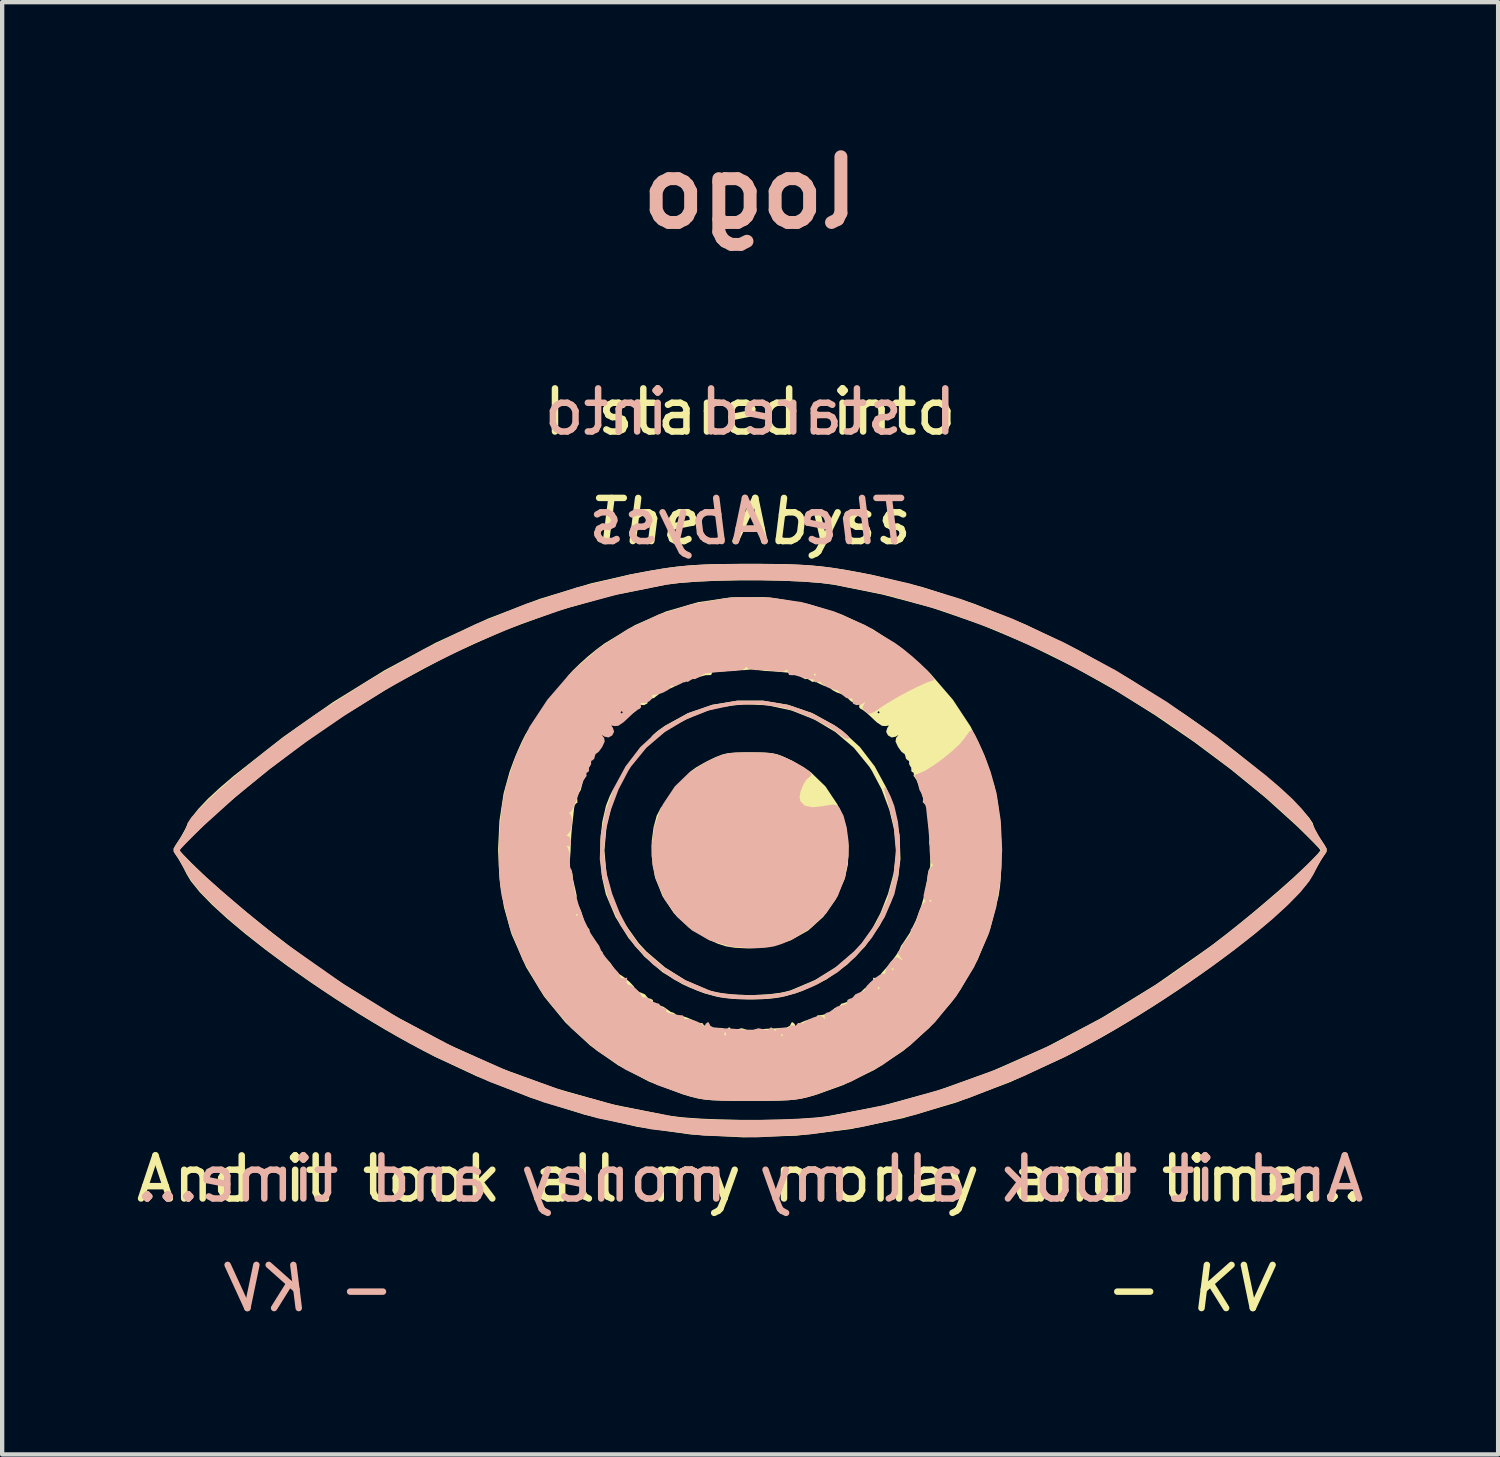
<source format=kicad_pcb>
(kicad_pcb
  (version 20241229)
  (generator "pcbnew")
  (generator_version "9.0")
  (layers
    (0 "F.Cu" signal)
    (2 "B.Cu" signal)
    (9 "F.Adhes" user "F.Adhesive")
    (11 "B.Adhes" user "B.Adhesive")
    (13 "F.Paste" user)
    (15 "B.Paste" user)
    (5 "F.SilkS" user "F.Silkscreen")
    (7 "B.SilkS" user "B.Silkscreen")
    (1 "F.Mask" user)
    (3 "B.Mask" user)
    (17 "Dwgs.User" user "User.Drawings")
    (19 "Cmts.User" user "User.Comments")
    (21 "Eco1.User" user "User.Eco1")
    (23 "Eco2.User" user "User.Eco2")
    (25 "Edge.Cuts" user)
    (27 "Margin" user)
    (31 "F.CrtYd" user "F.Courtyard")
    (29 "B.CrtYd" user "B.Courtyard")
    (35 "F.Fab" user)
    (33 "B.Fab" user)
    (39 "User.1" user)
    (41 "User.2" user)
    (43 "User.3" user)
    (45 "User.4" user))
  (footprint "logo"
    (layer "F.Cu")
    (at 14.339 16.658)
    (property "Reference" "logo" (at 0 -15.24 180) (layer "B.SilkS") (effects (font (size 1.524 1.524) (thickness 0.3)) (justify mirror)))
    (attr board_only exclude_from_pos_files exclude_from_bom)
    (fp_poly (pts (xy -2.281 -0.206) (xy -2.239 -0.526) (xy -2.166 -0.797) (xy -2.066 -0.991) (xy -2.064 -0.992) (xy -2.008 -1.043) (xy -1.926 -1.058) (xy -1.784 -1.038) (xy -1.71 -1.023) (xy -1.45 -0.994) (xy -1.267 -1.031) (xy -1.166 -1.133) (xy -1.147 -1.233) (xy -1.17 -1.361) (xy -1.227 -1.505) (xy -1.299 -1.628) (xy -1.366 -1.691) (xy -1.377 -1.693) (xy -1.416 -1.738) (xy -1.42 -1.772) (xy -1.374 -1.831) (xy -1.25 -1.92) (xy -1.07 -2.023) (xy -1 -2.059) (xy -0.806 -2.152) (xy -0.655 -2.212) (xy -0.513 -2.247) (xy -0.344 -2.262) (xy -0.113 -2.267) (xy 0 -2.267) (xy 0.263 -2.265) (xy 0.452 -2.254) (xy 0.601 -2.228) (xy 0.744 -2.179) (xy 0.916 -2.1) (xy 0.995 -2.061) (xy 1.408 -1.805) (xy 1.745 -1.479) (xy 2.017 -1.071) (xy 2.083 -0.94) (xy 2.221 -0.541) (xy 2.284 -0.104) (xy 2.267 0.333) (xy 2.192 0.668) (xy 1.982 1.145) (xy 1.697 1.545) (xy 1.345 1.863) (xy 0.933 2.095) (xy 0.467 2.235) (xy -0.045 2.278) (xy -0.101 2.276) (xy -0.358 2.262) (xy -0.555 2.231) (xy -0.741 2.172) (xy -0.965 2.072) (xy -0.991 2.06) (xy -1.417 1.797) (xy -1.767 1.463) (xy -2.032 1.066) (xy -2.207 0.618) (xy -2.284 0.134)) (stroke (width 0) (type solid)) (fill yes) (layer "F.SilkS"))
    (fp_poly (pts (xy -3.47 -0.23) (xy -3.428 -0.654) (xy -3.344 -1.02) (xy -3.329 -1.062) (xy -3.256 -1.249) (xy -3.186 -1.391) (xy -3.134 -1.459) (xy -3.13 -1.461) (xy -3.104 -1.431) (xy -3.13 -1.306) (xy -3.167 -1.19) (xy -3.324 -0.591) (xy -3.377 0.005) (xy -3.326 0.587) (xy -3.176 1.147) (xy -2.928 1.673) (xy -2.584 2.156) (xy -2.404 2.35) (xy -1.972 2.72) (xy -1.49 3.023) (xy -0.986 3.24) (xy -0.847 3.283) (xy -0.592 3.33) (xy -0.272 3.356) (xy 0.077 3.359) (xy 0.422 3.342) (xy 0.725 3.304) (xy 0.929 3.255) (xy 1.51 3.009) (xy 2.028 2.69) (xy 2.468 2.307) (xy 2.561 2.206) (xy 2.804 1.871) (xy 3.021 1.461) (xy 3.198 1.009) (xy 3.323 0.551) (xy 3.383 0.119) (xy 3.387 0) (xy 3.345 -0.449) (xy 3.229 -0.93) (xy 3.05 -1.408) (xy 2.818 -1.848) (xy 2.761 -1.937) (xy 2.405 -2.373) (xy 1.976 -2.739) (xy 1.489 -3.029) (xy 0.96 -3.238) (xy 0.404 -3.358) (xy -0.163 -3.384) (xy -0.727 -3.31) (xy -0.755 -3.304) (xy -1.024 -3.223) (xy -1.323 -3.105) (xy -1.617 -2.967) (xy -1.873 -2.825) (xy -2.043 -2.703) (xy -2.19 -2.595) (xy -2.273 -2.572) (xy -2.294 -2.617) (xy -2.252 -2.67) (xy -2.141 -2.763) (xy -1.984 -2.875) (xy -1.973 -2.882) (xy -1.441 -3.174) (xy -0.876 -3.369) (xy -0.292 -3.466) (xy 0.298 -3.466) (xy 0.88 -3.369) (xy 1.44 -3.177) (xy 1.965 -2.888) (xy 2.143 -2.761) (xy 2.547 -2.388) (xy 2.889 -1.941) (xy 3.161 -1.44) (xy 3.355 -0.902) (xy 3.466 -0.348) (xy 3.485 0.204) (xy 3.437 0.597) (xy 3.267 1.195) (xy 3.007 1.743) (xy 2.665 2.233) (xy 2.248 2.655) (xy 1.765 3) (xy 1.224 3.258) (xy 1.077 3.309) (xy 0.817 3.385) (xy 0.578 3.43) (xy 0.314 3.453) (xy 0.055 3.46) (xy -0.364 3.45) (xy -0.72 3.407) (xy -1.053 3.32) (xy -1.407 3.182) (xy -1.572 3.106) (xy -2.03 2.831) (xy -2.451 2.468) (xy -2.821 2.034) (xy -3.122 1.549) (xy -3.341 1.031) (xy -3.347 1.011) (xy -3.431 0.64) (xy -3.471 0.214)) (stroke (width 0) (type solid)) (fill yes) (layer "F.SilkS"))
    (fp_poly (pts (xy -13.307 -0.132) (xy -13.291 -0.155) (xy -13.202 -0.294) (xy -13.102 -0.475) (xy -13.065 -0.551) (xy -12.951 -0.748) (xy -12.79 -0.957) (xy -12.57 -1.19) (xy -12.279 -1.458) (xy -11.963 -1.728) (xy -10.826 -2.622) (xy -9.662 -3.437) (xy -8.477 -4.168) (xy -7.28 -4.812) (xy -6.079 -5.366) (xy -4.881 -5.824) (xy -3.694 -6.183) (xy -2.792 -6.389) (xy -2.381 -6.467) (xy -2.028 -6.527) (xy -1.708 -6.571) (xy -1.394 -6.602) (xy -1.06 -6.622) (xy -0.681 -6.632) (xy -0.231 -6.636) (xy 0 -6.637) (xy 0.499 -6.635) (xy 0.915 -6.627) (xy 1.273 -6.61) (xy 1.599 -6.584) (xy 1.918 -6.544) (xy 2.257 -6.489) (xy 2.64 -6.417) (xy 2.813 -6.383) (xy 4.003 -6.095) (xy 5.193 -5.711) (xy 6.386 -5.229) (xy 7.589 -4.646) (xy 8.805 -3.962) (xy 10.039 -3.172) (xy 10.104 -3.129) (xy 10.484 -2.862) (xy 10.872 -2.576) (xy 11.258 -2.278) (xy 11.632 -1.979) (xy 11.983 -1.686) (xy 12.301 -1.408) (xy 12.576 -1.155) (xy 12.798 -0.934) (xy 12.957 -0.755) (xy 13.043 -0.626) (xy 13.055 -0.581) (xy 13.084 -0.497) (xy 13.158 -0.361) (xy 13.218 -0.268) (xy 13.318 -0.118) (xy 13.365 -0.028) (xy 13.364 0.035) (xy 13.322 0.102) (xy 13.295 0.137) (xy 13.224 0.244) (xy 13.13 0.409) (xy 13.056 0.548) (xy 12.902 0.783) (xy 12.66 1.061) (xy 12.341 1.375) (xy 11.955 1.717) (xy 11.511 2.082) (xy 11.019 2.461) (xy 10.488 2.847) (xy 9.929 3.234) (xy 9.351 3.613) (xy 8.764 3.978) (xy 8.178 4.322) (xy 7.603 4.636) (xy 7.292 4.796) (xy 6.03 5.376) (xy 4.78 5.849) (xy 3.54 6.214) (xy 2.308 6.47) (xy 1.08 6.619) (xy 0.244 6.646) (xy 0.244 6.255) (xy 0.718 6.247) (xy 1.151 6.231) (xy 1.517 6.205) (xy 1.721 6.181) (xy 3.019 5.936) (xy 4.308 5.586) (xy 5.589 5.13) (xy 6.864 4.568) (xy 8.133 3.898) (xy 9.399 3.121) (xy 10.663 2.235) (xy 10.734 2.183) (xy 11.024 1.96) (xy 11.335 1.712) (xy 11.656 1.449) (xy 11.974 1.18) (xy 12.28 0.917) (xy 12.561 0.668) (xy 12.806 0.443) (xy 13.004 0.254) (xy 13.144 0.108) (xy 13.213 0.017) (xy 13.219 -0.000356) (xy 13.182 -0.049) (xy 13.079 -0.158) (xy 12.925 -0.313) (xy 12.735 -0.5) (xy 12.661 -0.571) (xy 11.945 -1.218) (xy 11.146 -1.871) (xy 10.286 -2.513) (xy 9.39 -3.127) (xy 8.48 -3.697) (xy 7.58 -4.205) (xy 7.527 -4.233) (xy 6.409 -4.785) (xy 5.31 -5.245) (xy 4.205 -5.623) (xy 3.068 -5.926) (xy 1.939 -6.154) (xy 1.621 -6.195) (xy 1.218 -6.226) (xy 0.753 -6.246) (xy 0.252 -6.256) (xy -0.263 -6.256) (xy -0.768 -6.245) (xy -1.238 -6.224) (xy -1.649 -6.193) (xy -1.959 -6.154) (xy -3.219 -5.901) (xy -4.476 -5.543) (xy -5.732 -5.081) (xy -6.99 -4.513) (xy -8.251 -3.839) (xy -9.489 -3.076) (xy -10.024 -2.712) (xy -10.581 -2.309) (xy -11.138 -1.883) (xy -11.674 -1.452) (xy -12.171 -1.031) (xy -12.606 -0.637) (xy -12.862 -0.387) (xy -13.243 -0.000405) (xy -12.944 0.305) (xy -12.598 0.641) (xy -12.178 1.017) (xy -11.702 1.419) (xy -11.19 1.832) (xy -10.66 2.24) (xy -10.132 2.628) (xy -9.624 2.98) (xy -9.593 3.001) (xy -8.329 3.792) (xy -7.062 4.475) (xy -5.79 5.051) (xy -4.509 5.521) (xy -3.217 5.888) (xy -1.909 6.152) (xy -1.877 6.157) (xy -1.57 6.194) (xy -1.179 6.222) (xy -0.73 6.242) (xy -0.247 6.253) (xy 0.244 6.255) (xy 0.244 6.646) (xy -0.146 6.659) (xy -1.373 6.592) (xy -2.603 6.416) (xy -3.839 6.132) (xy -5.084 5.741) (xy -6.34 5.241) (xy -7.326 4.778) (xy -7.884 4.485) (xy -8.458 4.162) (xy -9.038 3.813) (xy -9.615 3.446) (xy -10.179 3.069) (xy -10.721 2.688) (xy -11.231 2.31) (xy -11.699 1.943) (xy -12.116 1.593) (xy -12.472 1.267) (xy -12.758 0.974) (xy -12.964 0.719) (xy -13.06 0.559) (xy -13.155 0.373) (xy -13.252 0.203) (xy -13.289 0.146) (xy -13.358 0.037) (xy -13.364 -0.038)) (stroke (width 0) (type solid)) (fill yes) (layer "F.SilkS"))
    (fp_poly (pts (xy -5.812 -0.675) (xy -5.715 -1.314) (xy -5.576 -1.817) (xy -5.486 -2.062) (xy -5.389 -2.301) (xy -5.294 -2.513) (xy -5.212 -2.677) (xy -5.152 -2.772) (xy -5.132 -2.786) (xy -5.079 -2.744) (xy -4.999 -2.639) (xy -4.974 -2.599) (xy -4.865 -2.466) (xy -4.693 -2.305) (xy -4.486 -2.134) (xy -4.271 -1.977) (xy -4.075 -1.853) (xy -3.924 -1.782) (xy -3.908 -1.778) (xy -3.806 -1.74) (xy -3.812 -1.7) (xy -3.816 -1.698) (xy -3.872 -1.615) (xy -3.893 -1.525) (xy -3.927 -1.392) (xy -3.97 -1.323) (xy -4.013 -1.223) (xy -4.007 -1.173) (xy -4.003 -1.103) (xy -4.023 -1.092) (xy -4.064 -1.046) (xy -4.081 -0.97) (xy -4.094 -0.843) (xy -4.114 -0.662) (xy -4.125 -0.574) (xy -4.145 -0.352) (xy -4.159 -0.1) (xy -4.162 0.014) (xy -4.175 0.198) (xy -4.204 0.307) (xy -4.228 0.329) (xy -4.242 0.351) (xy -4.206 0.381) (xy -4.139 0.473) (xy -4.12 0.558) (xy -4.102 0.692) (xy -4.062 0.864) (xy -4.053 0.899) (xy -4.019 1.062) (xy -4.039 1.143) (xy -4.048 1.151) (xy -4.067 1.194) (xy -4.031 1.215) (xy -3.977 1.281) (xy -3.917 1.418) (xy -3.885 1.523) (xy -3.836 1.68) (xy -3.786 1.781) (xy -3.759 1.803) (xy -3.723 1.842) (xy -3.728 1.87) (xy -3.709 1.952) (xy -3.634 2.062) (xy -3.623 2.074) (xy -3.536 2.186) (xy -3.496 2.275) (xy -3.496 2.28) (xy -3.457 2.344) (xy -3.433 2.349) (xy -3.418 2.383) (xy -3.471 2.467) (xy -3.474 2.471) (xy -3.536 2.547) (xy -3.525 2.551) (xy -3.481 2.518) (xy -3.409 2.479) (xy -3.341 2.505) (xy -3.249 2.601) (xy -3.167 2.719) (xy -3.136 2.811) (xy -3.138 2.824) (xy -3.124 2.867) (xy -3.091 2.862) (xy -3.019 2.882) (xy -2.909 2.956) (xy -2.791 3.057) (xy -2.698 3.156) (xy -2.662 3.227) (xy -2.663 3.231) (xy -2.625 3.269) (xy -2.538 3.3) (xy -2.437 3.344) (xy -2.403 3.388) (xy -2.359 3.434) (xy -2.316 3.441) (xy -2.253 3.474) (xy -2.254 3.51) (xy -2.231 3.566) (xy -2.153 3.586) (xy -2.011 3.629) (xy -1.937 3.681) (xy -1.835 3.752) (xy -1.773 3.769) (xy -1.721 3.808) (xy -1.728 3.865) (xy -1.74 3.924) (xy -1.706 3.887) (xy -1.705 3.886) (xy -1.652 3.843) (xy -1.564 3.848) (xy -1.454 3.883) (xy -1.328 3.939) (xy -1.26 3.988) (xy -1.256 3.997) (xy -1.216 4.017) (xy -1.174 4.007) (xy -1.104 4.009) (xy -1.092 4.035) (xy -1.053 4.07) (xy -1.011 4.062) (xy -0.94 4.061) (xy -0.929 4.084) (xy -0.882 4.116) (xy -0.769 4.118) (xy -0.765 4.118) (xy -0.639 4.123) (xy -0.6 4.166) (xy -0.579 4.193) (xy -0.541 4.151) (xy -0.485 4.103) (xy -0.457 4.135) (xy -0.396 4.173) (xy -0.299 4.151) (xy -0.191 4.128) (xy -0.141 4.145) (xy -0.075 4.165) (xy 0.061 4.167) (xy 0.148 4.16) (xy 0.377 4.141) (xy 0.617 4.129) (xy 0.669 4.128) (xy 0.847 4.112) (xy 0.925 4.07) (xy 0.929 4.056) (xy 0.963 3.992) (xy 0.983 3.988) (xy 1.035 4.031) (xy 1.039 4.056) (xy 1.055 4.092) (xy 1.08 4.065) (xy 1.155 4.007) (xy 1.278 3.953) (xy 1.405 3.916) (xy 1.489 3.914) (xy 1.498 3.919) (xy 1.527 3.909) (xy 1.529 3.887) (xy 1.557 3.832) (xy 1.57 3.83) (xy 1.652 3.823) (xy 1.888 3.776) (xy 1.944 3.743) (xy 1.939 3.714) (xy 1.952 3.668) (xy 1.991 3.66) (xy 2.065 3.631) (xy 2.076 3.605) (xy 2.12 3.556) (xy 2.154 3.551) (xy 2.253 3.515) (xy 2.317 3.465) (xy 2.406 3.411) (xy 2.458 3.414) (xy 2.508 3.407) (xy 2.513 3.385) (xy 2.554 3.304) (xy 2.651 3.208) (xy 2.762 3.135) (xy 2.825 3.115) (xy 2.866 3.074) (xy 2.857 3.022) (xy 2.85 2.957) (xy 2.913 2.966) (xy 2.989 2.97) (xy 3.004 2.944) (xy 3.039 2.86) (xy 3.073 2.819) (xy 3.176 2.705) (xy 3.289 2.565) (xy 3.39 2.428) (xy 3.455 2.325) (xy 3.469 2.291) (xy 3.5 2.215) (xy 3.551 2.146) (xy 3.698 1.924) (xy 3.842 1.63) (xy 3.967 1.298) (xy 4.06 0.967) (xy 4.108 0.67) (xy 4.109 0.657) (xy 4.125 0.52) (xy 4.148 0.443) (xy 4.155 0.437) (xy 4.173 0.389) (xy 4.177 0.269) (xy 4.175 0.232) (xy 4.184 0.076) (xy 4.219 -0.04) (xy 4.226 -0.051) (xy 4.26 -0.105) (xy 4.22 -0.089) (xy 4.167 -0.092) (xy 4.151 -0.188) (xy 4.174 -0.292) (xy 4.22 -0.329) (xy 4.259 -0.341) (xy 4.218 -0.374) (xy 4.16 -0.458) (xy 4.127 -0.593) (xy 4.125 -0.731) (xy 4.158 -0.823) (xy 4.168 -0.83) (xy 4.201 -0.867) (xy 4.171 -0.873) (xy 4.128 -0.922) (xy 4.066 -1.051) (xy 3.999 -1.234) (xy 3.984 -1.284) (xy 3.919 -1.476) (xy 3.86 -1.62) (xy 3.817 -1.69) (xy 3.81 -1.693) (xy 3.787 -1.727) (xy 3.796 -1.748) (xy 3.79 -1.798) (xy 3.769 -1.803) (xy 3.732 -1.835) (xy 3.739 -1.853) (xy 3.732 -1.923) (xy 3.714 -1.939) (xy 3.682 -2.005) (xy 3.689 -2.025) (xy 3.681 -2.072) (xy 3.663 -2.076) (xy 3.612 -2.12) (xy 3.605 -2.158) (xy 3.582 -2.23) (xy 3.562 -2.24) (xy 3.508 -2.282) (xy 3.434 -2.385) (xy 3.428 -2.395) (xy 3.371 -2.517) (xy 3.383 -2.599) (xy 3.402 -2.624) (xy 3.44 -2.671) (xy 3.4 -2.647) (xy 3.381 -2.633) (xy 3.284 -2.611) (xy 3.197 -2.659) (xy 3.153 -2.745) (xy 3.182 -2.838) (xy 3.183 -2.838) (xy 3.218 -2.889) (xy 3.165 -2.881) (xy 3.15 -2.876) (xy 3.057 -2.882) (xy 2.977 -2.936) (xy 2.977 -3.168) (xy 3.004 -3.195) (xy 2.977 -3.223) (xy 2.95 -3.195) (xy 2.977 -3.168) (xy 2.977 -2.936) (xy 2.931 -2.967) (xy 2.834 -3.059) (xy 2.705 -3.179) (xy 2.602 -3.258) (xy 2.559 -3.277) (xy 2.525 -3.317) (xy 2.534 -3.362) (xy 2.537 -3.419) (xy 2.513 -3.414) (xy 2.432 -3.409) (xy 2.337 -3.45) (xy 2.273 -3.512) (xy 2.271 -3.557) (xy 2.262 -3.599) (xy 2.231 -3.6) (xy 2.134 -3.611) (xy 2.012 -3.654) (xy 1.903 -3.713) (xy 1.842 -3.77) (xy 1.843 -3.795) (xy 1.845 -3.816) (xy 1.818 -3.803) (xy 1.729 -3.803) (xy 1.613 -3.855) (xy 1.517 -3.906) (xy 1.475 -3.907) (xy 1.475 -3.905) (xy 1.441 -3.901) (xy 1.393 -3.933) (xy 1.327 -3.973) (xy 1.311 -3.966) (xy 1.272 -3.966) (xy 1.179 -4.017) (xy 1.177 -4.018) (xy 1.072 -4.08) (xy 1.013 -4.101) (xy 0.97 -4.101) (xy 0.898 -4.112) (xy 0.755 -4.126) (xy 0.577 -4.141) (xy 0.401 -4.152) (xy 0.341 -4.155) (xy 0.198 -4.174) (xy 0.116 -4.21) (xy 0.108 -4.227) (xy 0.093 -4.256) (xy 0.067 -4.224) (xy -0.01 -4.185) (xy -0.145 -4.173) (xy -0.163 -4.174) (xy -0.349 -4.172) (xy -0.551 -4.15) (xy -0.572 -4.147) (xy -0.75 -4.133) (xy -0.832 -4.17) (xy -0.865 -4.187) (xy -0.873 -4.133) (xy -0.903 -4.061) (xy -0.942 -4.058) (xy -1.035 -4.055) (xy -1.173 -4.016) (xy -1.194 -4.008) (xy -1.328 -3.966) (xy -1.418 -3.961) (xy -1.426 -3.964) (xy -1.471 -3.952) (xy -1.475 -3.93) (xy -1.502 -3.903) (xy -1.502 -4.042) (xy -1.475 -4.069) (xy -1.502 -4.097) (xy -1.529 -4.069) (xy -1.502 -4.042) (xy -1.502 -3.903) (xy -1.514 -3.891) (xy -1.557 -3.898) (xy -1.627 -3.902) (xy -1.639 -3.883) (xy -1.683 -3.836) (xy -1.787 -3.777) (xy -1.904 -3.728) (xy -1.989 -3.711) (xy -1.996 -3.712) (xy -2.052 -3.682) (xy -2.133 -3.602) (xy -2.234 -3.524) (xy -2.317 -3.514) (xy -2.375 -3.512) (xy -2.37 -3.473) (xy -2.383 -3.399) (xy -2.462 -3.361) (xy -2.566 -3.372) (xy -2.615 -3.399) (xy -2.674 -3.441) (xy -2.657 -3.408) (xy -2.638 -3.383) (xy -2.603 -3.303) (xy -2.657 -3.226) (xy -2.673 -3.211) (xy -2.737 -3.168) (xy -2.803 -3.167) (xy -2.9 -3.218) (xy -3.039 -3.313) (xy -3.215 -3.428) (xy -3.431 -3.554) (xy -3.664 -3.68) (xy -3.889 -3.792) (xy -4.081 -3.879) (xy -4.216 -3.927) (xy -4.251 -3.933) (xy -4.267 -3.965) (xy -4.211 -4.05) (xy -4.098 -4.176) (xy -3.943 -4.327) (xy -3.76 -4.491) (xy -3.563 -4.652) (xy -3.366 -4.798) (xy -3.359 -4.802) (xy -2.669 -5.217) (xy -1.948 -5.534) (xy -1.205 -5.749) (xy -0.449 -5.86) (xy 0.312 -5.865) (xy 0.555 -5.844) (xy 1.361 -5.703) (xy 2.122 -5.463) (xy 2.836 -5.126) (xy 3.497 -4.694) (xy 4.103 -4.168) (xy 4.187 -4.083) (xy 4.701 -3.487) (xy 5.115 -2.859) (xy 5.436 -2.185) (xy 5.663 -1.486) (xy 5.745 -1.078) (xy 5.8 -0.607) (xy 5.828 -0.107) (xy 5.827 0.384) (xy 5.795 0.828) (xy 5.761 1.057) (xy 5.565 1.824) (xy 5.274 2.542) (xy 4.883 3.221) (xy 4.671 3.52) (xy 4.148 4.125) (xy 4.015 4.243) (xy 4.015 1.529) (xy 4.042 1.502) (xy 4.015 1.475) (xy 3.988 1.502) (xy 4.015 1.529) (xy 4.015 4.243) (xy 3.554 4.649) (xy 2.888 5.09) (xy 2.151 5.448) (xy 1.551 5.662) (xy 1.376 5.714) (xy 1.223 5.752) (xy 1.072 5.779) (xy 0.899 5.796) (xy 0.685 5.806) (xy 0.564 5.808) (xy 0.564 4.297) (xy 0.597 4.29) (xy 0.601 4.261) (xy 0.581 4.216) (xy 0.564 4.224) (xy 0.558 4.289) (xy 0.564 4.297) (xy 0.564 5.808) (xy 0.407 5.81) (xy 0.043 5.811) (xy 0 5.811) (xy -0.373 5.811) (xy -0.659 5.807) (xy -0.737 5.803) (xy -0.737 4.315) (xy -0.71 4.288) (xy -0.737 4.261) (xy -0.765 4.288) (xy -0.737 4.315) (xy -0.737 5.803) (xy -0.879 5.798) (xy -1.055 5.781) (xy -1.208 5.756) (xy -1.36 5.719) (xy -1.532 5.668) (xy -1.556 5.661) (xy -2.34 5.367) (xy -2.977 5.032) (xy -2.977 3.223) (xy -2.95 3.195) (xy -2.977 3.168) (xy -3.004 3.195) (xy -2.977 3.223) (xy -2.977 5.032) (xy -3.059 4.989) (xy -3.305 4.815) (xy -3.305 2.786) (xy -3.277 2.758) (xy -3.305 2.731) (xy -3.332 2.758) (xy -3.305 2.786) (xy -3.305 4.815) (xy -3.707 4.53) (xy -4.179 4.092) (xy -4.179 1.202) (xy -4.151 1.174) (xy -4.179 1.147) (xy -4.206 1.174) (xy -4.179 1.202) (xy -4.179 4.092) (xy -4.282 3.995) (xy -4.779 3.388) (xy -5.193 2.712) (xy -5.52 1.972) (xy -5.539 1.921) (xy -5.706 1.323) (xy -5.808 0.672) (xy -5.843 -0.003)) (stroke (width 0) (type solid)) (fill yes) (layer "F.SilkS"))
    (fp_poly (pts (xy 2.281 -0.206) (xy 2.239 -0.526) (xy 2.166 -0.797) (xy 2.066 -0.991) (xy 2.064 -0.992) (xy 2.008 -1.043) (xy 1.926 -1.058) (xy 1.784 -1.038) (xy 1.71 -1.023) (xy 1.45 -0.994) (xy 1.267 -1.031) (xy 1.166 -1.133) (xy 1.147 -1.233) (xy 1.17 -1.361) (xy 1.227 -1.505) (xy 1.299 -1.628) (xy 1.366 -1.691) (xy 1.377 -1.693) (xy 1.416 -1.738) (xy 1.42 -1.772) (xy 1.374 -1.831) (xy 1.25 -1.92) (xy 1.07 -2.023) (xy 1 -2.059) (xy 0.806 -2.152) (xy 0.655 -2.212) (xy 0.513 -2.247) (xy 0.344 -2.262) (xy 0.113 -2.267) (xy 0 -2.267) (xy -0.263 -2.265) (xy -0.452 -2.254) (xy -0.601 -2.228) (xy -0.744 -2.179) (xy -0.916 -2.1) (xy -0.995 -2.061) (xy -1.408 -1.805) (xy -1.745 -1.479) (xy -2.017 -1.071) (xy -2.083 -0.94) (xy -2.221 -0.541) (xy -2.284 -0.104) (xy -2.267 0.333) (xy -2.192 0.668) (xy -1.982 1.145) (xy -1.697 1.545) (xy -1.345 1.863) (xy -0.933 2.095) (xy -0.467 2.235) (xy 0.045 2.278) (xy 0.101 2.276) (xy 0.358 2.262) (xy 0.555 2.231) (xy 0.741 2.172) (xy 0.965 2.072) (xy 0.991 2.06) (xy 1.417 1.797) (xy 1.767 1.463) (xy 2.032 1.066) (xy 2.207 0.618) (xy 2.284 0.134)) (stroke (width 0) (type solid)) (fill yes) (layer "B.SilkS"))
    (fp_poly (pts (xy 3.47 -0.23) (xy 3.428 -0.654) (xy 3.344 -1.02) (xy 3.329 -1.062) (xy 3.256 -1.249) (xy 3.186 -1.391) (xy 3.134 -1.459) (xy 3.13 -1.461) (xy 3.104 -1.431) (xy 3.13 -1.306) (xy 3.167 -1.19) (xy 3.324 -0.591) (xy 3.377 0.005) (xy 3.326 0.587) (xy 3.176 1.147) (xy 2.928 1.673) (xy 2.584 2.156) (xy 2.404 2.35) (xy 1.972 2.72) (xy 1.49 3.023) (xy 0.986 3.24) (xy 0.847 3.283) (xy 0.592 3.33) (xy 0.272 3.356) (xy -0.077 3.359) (xy -0.422 3.342) (xy -0.725 3.304) (xy -0.929 3.255) (xy -1.51 3.009) (xy -2.028 2.69) (xy -2.468 2.307) (xy -2.561 2.206) (xy -2.804 1.871) (xy -3.021 1.461) (xy -3.198 1.009) (xy -3.323 0.551) (xy -3.383 0.119) (xy -3.387 0) (xy -3.345 -0.449) (xy -3.229 -0.93) (xy -3.05 -1.408) (xy -2.818 -1.848) (xy -2.761 -1.937) (xy -2.405 -2.373) (xy -1.976 -2.739) (xy -1.489 -3.029) (xy -0.96 -3.238) (xy -0.404 -3.358) (xy 0.163 -3.384) (xy 0.727 -3.31) (xy 0.755 -3.304) (xy 1.024 -3.223) (xy 1.323 -3.105) (xy 1.617 -2.967) (xy 1.873 -2.825) (xy 2.043 -2.703) (xy 2.19 -2.595) (xy 2.273 -2.572) (xy 2.294 -2.617) (xy 2.252 -2.67) (xy 2.141 -2.763) (xy 1.984 -2.875) (xy 1.973 -2.882) (xy 1.441 -3.174) (xy 0.876 -3.369) (xy 0.292 -3.466) (xy -0.298 -3.466) (xy -0.88 -3.369) (xy -1.44 -3.177) (xy -1.965 -2.888) (xy -2.143 -2.761) (xy -2.547 -2.388) (xy -2.889 -1.941) (xy -3.161 -1.44) (xy -3.355 -0.902) (xy -3.466 -0.348) (xy -3.485 0.204) (xy -3.437 0.597) (xy -3.267 1.195) (xy -3.007 1.743) (xy -2.665 2.233) (xy -2.248 2.655) (xy -1.765 3) (xy -1.224 3.258) (xy -1.077 3.309) (xy -0.817 3.385) (xy -0.578 3.43) (xy -0.314 3.453) (xy -0.055 3.46) (xy 0.364 3.45) (xy 0.72 3.407) (xy 1.053 3.32) (xy 1.407 3.182) (xy 1.572 3.106) (xy 2.03 2.831) (xy 2.451 2.468) (xy 2.821 2.034) (xy 3.122 1.549) (xy 3.341 1.031) (xy 3.347 1.011) (xy 3.431 0.64) (xy 3.471 0.214)) (stroke (width 0) (type solid)) (fill yes) (layer "B.SilkS"))
    (fp_poly (pts (xy 13.307 -0.132) (xy 13.291 -0.155) (xy 13.202 -0.294) (xy 13.102 -0.475) (xy 13.065 -0.551) (xy 12.951 -0.748) (xy 12.79 -0.957) (xy 12.57 -1.19) (xy 12.279 -1.458) (xy 11.963 -1.728) (xy 10.826 -2.622) (xy 9.662 -3.437) (xy 8.477 -4.168) (xy 7.28 -4.812) (xy 6.079 -5.366) (xy 4.881 -5.824) (xy 3.694 -6.183) (xy 2.792 -6.389) (xy 2.381 -6.467) (xy 2.028 -6.527) (xy 1.708 -6.571) (xy 1.394 -6.602) (xy 1.06 -6.622) (xy 0.681 -6.632) (xy 0.231 -6.636) (xy 0 -6.637) (xy -0.499 -6.635) (xy -0.915 -6.627) (xy -1.273 -6.61) (xy -1.599 -6.584) (xy -1.918 -6.544) (xy -2.257 -6.489) (xy -2.64 -6.417) (xy -2.813 -6.383) (xy -4.003 -6.095) (xy -5.193 -5.711) (xy -6.386 -5.229) (xy -7.589 -4.646) (xy -8.805 -3.962) (xy -10.039 -3.172) (xy -10.104 -3.129) (xy -10.484 -2.862) (xy -10.872 -2.576) (xy -11.258 -2.278) (xy -11.632 -1.979) (xy -11.983 -1.686) (xy -12.301 -1.408) (xy -12.576 -1.155) (xy -12.798 -0.934) (xy -12.957 -0.755) (xy -13.043 -0.626) (xy -13.055 -0.581) (xy -13.084 -0.497) (xy -13.158 -0.361) (xy -13.218 -0.268) (xy -13.318 -0.118) (xy -13.365 -0.028) (xy -13.364 0.035) (xy -13.322 0.102) (xy -13.295 0.137) (xy -13.224 0.244) (xy -13.13 0.409) (xy -13.056 0.548) (xy -12.902 0.783) (xy -12.66 1.061) (xy -12.341 1.375) (xy -11.955 1.717) (xy -11.511 2.082) (xy -11.019 2.461) (xy -10.488 2.847) (xy -9.929 3.234) (xy -9.351 3.613) (xy -8.764 3.978) (xy -8.178 4.322) (xy -7.603 4.636) (xy -7.292 4.796) (xy -6.03 5.376) (xy -4.78 5.849) (xy -3.54 6.214) (xy -2.308 6.47) (xy -1.08 6.619) (xy -0.244 6.646) (xy -0.244 6.255) (xy -0.718 6.247) (xy -1.151 6.231) (xy -1.517 6.205) (xy -1.721 6.181) (xy -3.019 5.936) (xy -4.308 5.586) (xy -5.589 5.13) (xy -6.864 4.568) (xy -8.133 3.898) (xy -9.399 3.121) (xy -10.663 2.235) (xy -10.734 2.183) (xy -11.024 1.96) (xy -11.335 1.712) (xy -11.656 1.449) (xy -11.974 1.18) (xy -12.28 0.917) (xy -12.561 0.668) (xy -12.806 0.443) (xy -13.004 0.254) (xy -13.144 0.108) (xy -13.213 0.017) (xy -13.219 -0.000356) (xy -13.182 -0.049) (xy -13.079 -0.158) (xy -12.925 -0.313) (xy -12.735 -0.5) (xy -12.661 -0.571) (xy -11.945 -1.218) (xy -11.146 -1.871) (xy -10.286 -2.513) (xy -9.39 -3.127) (xy -8.48 -3.697) (xy -7.58 -4.205) (xy -7.527 -4.233) (xy -6.409 -4.785) (xy -5.31 -5.245) (xy -4.205 -5.623) (xy -3.068 -5.926) (xy -1.939 -6.154) (xy -1.621 -6.195) (xy -1.218 -6.226) (xy -0.753 -6.246) (xy -0.252 -6.256) (xy 0.263 -6.256) (xy 0.768 -6.245) (xy 1.238 -6.224) (xy 1.649 -6.193) (xy 1.959 -6.154) (xy 3.219 -5.901) (xy 4.476 -5.543) (xy 5.732 -5.081) (xy 6.99 -4.513) (xy 8.251 -3.839) (xy 9.489 -3.076) (xy 10.024 -2.712) (xy 10.581 -2.309) (xy 11.138 -1.883) (xy 11.674 -1.452) (xy 12.171 -1.031) (xy 12.606 -0.637) (xy 12.862 -0.387) (xy 13.243 -0.000405) (xy 12.944 0.305) (xy 12.598 0.641) (xy 12.178 1.017) (xy 11.702 1.419) (xy 11.19 1.832) (xy 10.66 2.24) (xy 10.132 2.628) (xy 9.624 2.98) (xy 9.593 3.001) (xy 8.329 3.792) (xy 7.062 4.475) (xy 5.79 5.051) (xy 4.509 5.521) (xy 3.217 5.888) (xy 1.909 6.152) (xy 1.877 6.157) (xy 1.57 6.194) (xy 1.179 6.222) (xy 0.73 6.242) (xy 0.247 6.253) (xy -0.244 6.255) (xy -0.244 6.646) (xy 0.146 6.659) (xy 1.373 6.592) (xy 2.603 6.416) (xy 3.839 6.132) (xy 5.084 5.741) (xy 6.34 5.241) (xy 7.326 4.778) (xy 7.884 4.485) (xy 8.458 4.162) (xy 9.038 3.813) (xy 9.615 3.446) (xy 10.179 3.069) (xy 10.721 2.688) (xy 11.231 2.31) (xy 11.699 1.943) (xy 12.116 1.593) (xy 12.472 1.267) (xy 12.758 0.974) (xy 12.964 0.719) (xy 13.06 0.559) (xy 13.155 0.373) (xy 13.252 0.203) (xy 13.289 0.146) (xy 13.358 0.037) (xy 13.364 -0.038)) (stroke (width 0) (type solid)) (fill yes) (layer "B.SilkS"))
    (fp_poly (pts (xy 5.812 -0.675) (xy 5.715 -1.314) (xy 5.576 -1.817) (xy 5.486 -2.062) (xy 5.389 -2.301) (xy 5.294 -2.513) (xy 5.212 -2.677) (xy 5.152 -2.772) (xy 5.132 -2.786) (xy 5.079 -2.744) (xy 4.999 -2.639) (xy 4.974 -2.599) (xy 4.865 -2.466) (xy 4.693 -2.305) (xy 4.486 -2.134) (xy 4.271 -1.977) (xy 4.075 -1.853) (xy 3.924 -1.782) (xy 3.908 -1.778) (xy 3.806 -1.74) (xy 3.812 -1.7) (xy 3.816 -1.698) (xy 3.872 -1.615) (xy 3.893 -1.525) (xy 3.927 -1.392) (xy 3.97 -1.323) (xy 4.013 -1.223) (xy 4.007 -1.173) (xy 4.003 -1.103) (xy 4.023 -1.092) (xy 4.064 -1.046) (xy 4.081 -0.97) (xy 4.094 -0.843) (xy 4.114 -0.662) (xy 4.125 -0.574) (xy 4.145 -0.352) (xy 4.159 -0.1) (xy 4.162 0.014) (xy 4.175 0.198) (xy 4.204 0.307) (xy 4.228 0.329) (xy 4.242 0.351) (xy 4.206 0.381) (xy 4.139 0.473) (xy 4.12 0.558) (xy 4.102 0.692) (xy 4.062 0.864) (xy 4.053 0.899) (xy 4.019 1.062) (xy 4.039 1.143) (xy 4.048 1.151) (xy 4.067 1.194) (xy 4.031 1.215) (xy 3.977 1.281) (xy 3.917 1.418) (xy 3.885 1.523) (xy 3.836 1.68) (xy 3.786 1.781) (xy 3.759 1.803) (xy 3.723 1.842) (xy 3.728 1.87) (xy 3.709 1.952) (xy 3.634 2.062) (xy 3.623 2.074) (xy 3.536 2.186) (xy 3.496 2.275) (xy 3.496 2.28) (xy 3.457 2.344) (xy 3.433 2.349) (xy 3.418 2.383) (xy 3.471 2.467) (xy 3.474 2.471) (xy 3.536 2.547) (xy 3.525 2.551) (xy 3.481 2.518) (xy 3.409 2.479) (xy 3.341 2.505) (xy 3.249 2.601) (xy 3.167 2.719) (xy 3.136 2.811) (xy 3.138 2.824) (xy 3.124 2.867) (xy 3.091 2.862) (xy 3.019 2.882) (xy 2.909 2.956) (xy 2.791 3.057) (xy 2.698 3.156) (xy 2.662 3.227) (xy 2.663 3.231) (xy 2.625 3.269) (xy 2.538 3.3) (xy 2.437 3.344) (xy 2.403 3.388) (xy 2.359 3.434) (xy 2.316 3.441) (xy 2.253 3.474) (xy 2.254 3.51) (xy 2.231 3.566) (xy 2.153 3.586) (xy 2.011 3.629) (xy 1.937 3.681) (xy 1.835 3.752) (xy 1.773 3.769) (xy 1.721 3.808) (xy 1.728 3.865) (xy 1.74 3.924) (xy 1.706 3.887) (xy 1.705 3.886) (xy 1.652 3.843) (xy 1.564 3.848) (xy 1.454 3.883) (xy 1.328 3.939) (xy 1.26 3.988) (xy 1.256 3.997) (xy 1.216 4.017) (xy 1.174 4.007) (xy 1.104 4.009) (xy 1.092 4.035) (xy 1.053 4.07) (xy 1.011 4.062) (xy 0.94 4.061) (xy 0.929 4.084) (xy 0.882 4.116) (xy 0.769 4.118) (xy 0.765 4.118) (xy 0.639 4.123) (xy 0.6 4.166) (xy 0.579 4.193) (xy 0.541 4.151) (xy 0.485 4.103) (xy 0.457 4.135) (xy 0.396 4.173) (xy 0.299 4.151) (xy 0.191 4.128) (xy 0.141 4.145) (xy 0.075 4.165) (xy -0.061 4.167) (xy -0.148 4.16) (xy -0.377 4.141) (xy -0.617 4.129) (xy -0.669 4.128) (xy -0.847 4.112) (xy -0.925 4.07) (xy -0.929 4.056) (xy -0.963 3.992) (xy -0.983 3.988) (xy -1.035 4.031) (xy -1.039 4.056) (xy -1.055 4.092) (xy -1.08 4.065) (xy -1.155 4.007) (xy -1.278 3.953) (xy -1.405 3.916) (xy -1.489 3.914) (xy -1.498 3.919) (xy -1.527 3.909) (xy -1.529 3.887) (xy -1.557 3.832) (xy -1.57 3.83) (xy -1.652 3.823) (xy -1.888 3.776) (xy -1.944 3.743) (xy -1.939 3.714) (xy -1.952 3.668) (xy -1.991 3.66) (xy -2.065 3.631) (xy -2.076 3.605) (xy -2.12 3.556) (xy -2.154 3.551) (xy -2.253 3.515) (xy -2.317 3.465) (xy -2.406 3.411) (xy -2.458 3.414) (xy -2.508 3.407) (xy -2.513 3.385) (xy -2.554 3.304) (xy -2.651 3.208) (xy -2.762 3.135) (xy -2.825 3.115) (xy -2.866 3.074) (xy -2.857 3.022) (xy -2.85 2.957) (xy -2.913 2.966) (xy -2.989 2.97) (xy -3.004 2.944) (xy -3.039 2.86) (xy -3.073 2.819) (xy -3.176 2.705) (xy -3.289 2.565) (xy -3.39 2.428) (xy -3.455 2.325) (xy -3.469 2.291) (xy -3.5 2.215) (xy -3.551 2.146) (xy -3.698 1.924) (xy -3.842 1.63) (xy -3.967 1.298) (xy -4.06 0.967) (xy -4.108 0.67) (xy -4.109 0.657) (xy -4.125 0.52) (xy -4.148 0.443) (xy -4.155 0.437) (xy -4.173 0.389) (xy -4.177 0.269) (xy -4.175 0.232) (xy -4.184 0.076) (xy -4.219 -0.04) (xy -4.226 -0.051) (xy -4.26 -0.105) (xy -4.22 -0.089) (xy -4.167 -0.092) (xy -4.151 -0.188) (xy -4.174 -0.292) (xy -4.22 -0.329) (xy -4.259 -0.341) (xy -4.218 -0.374) (xy -4.16 -0.458) (xy -4.127 -0.593) (xy -4.125 -0.731) (xy -4.158 -0.823) (xy -4.168 -0.83) (xy -4.201 -0.867) (xy -4.171 -0.873) (xy -4.128 -0.922) (xy -4.066 -1.051) (xy -3.999 -1.234) (xy -3.984 -1.284) (xy -3.919 -1.476) (xy -3.86 -1.62) (xy -3.817 -1.69) (xy -3.81 -1.693) (xy -3.787 -1.727) (xy -3.796 -1.748) (xy -3.79 -1.798) (xy -3.769 -1.803) (xy -3.732 -1.835) (xy -3.739 -1.853) (xy -3.732 -1.923) (xy -3.714 -1.939) (xy -3.682 -2.005) (xy -3.689 -2.025) (xy -3.681 -2.072) (xy -3.663 -2.076) (xy -3.612 -2.12) (xy -3.605 -2.158) (xy -3.582 -2.23) (xy -3.562 -2.24) (xy -3.508 -2.282) (xy -3.434 -2.385) (xy -3.428 -2.395) (xy -3.371 -2.517) (xy -3.383 -2.599) (xy -3.402 -2.624) (xy -3.44 -2.671) (xy -3.4 -2.647) (xy -3.381 -2.633) (xy -3.284 -2.611) (xy -3.197 -2.659) (xy -3.153 -2.745) (xy -3.182 -2.838) (xy -3.183 -2.838) (xy -3.218 -2.889) (xy -3.165 -2.881) (xy -3.15 -2.876) (xy -3.057 -2.882) (xy -2.977 -2.936) (xy -2.977 -3.168) (xy -3.004 -3.195) (xy -2.977 -3.223) (xy -2.95 -3.195) (xy -2.977 -3.168) (xy -2.977 -2.936) (xy -2.931 -2.967) (xy -2.834 -3.059) (xy -2.705 -3.179) (xy -2.602 -3.258) (xy -2.559 -3.277) (xy -2.525 -3.317) (xy -2.534 -3.362) (xy -2.537 -3.419) (xy -2.513 -3.414) (xy -2.432 -3.409) (xy -2.337 -3.45) (xy -2.273 -3.512) (xy -2.271 -3.557) (xy -2.262 -3.599) (xy -2.231 -3.6) (xy -2.134 -3.611) (xy -2.012 -3.654) (xy -1.903 -3.713) (xy -1.842 -3.77) (xy -1.843 -3.795) (xy -1.845 -3.816) (xy -1.818 -3.803) (xy -1.729 -3.803) (xy -1.613 -3.855) (xy -1.517 -3.906) (xy -1.475 -3.907) (xy -1.475 -3.905) (xy -1.441 -3.901) (xy -1.393 -3.933) (xy -1.327 -3.973) (xy -1.311 -3.966) (xy -1.272 -3.966) (xy -1.179 -4.017) (xy -1.177 -4.018) (xy -1.072 -4.08) (xy -1.013 -4.101) (xy -0.97 -4.101) (xy -0.898 -4.112) (xy -0.755 -4.126) (xy -0.577 -4.141) (xy -0.401 -4.152) (xy -0.341 -4.155) (xy -0.198 -4.174) (xy -0.116 -4.21) (xy -0.108 -4.227) (xy -0.093 -4.256) (xy -0.067 -4.224) (xy 0.01 -4.185) (xy 0.145 -4.173) (xy 0.163 -4.174) (xy 0.349 -4.172) (xy 0.551 -4.15) (xy 0.572 -4.147) (xy 0.75 -4.133) (xy 0.832 -4.17) (xy 0.865 -4.187) (xy 0.873 -4.133) (xy 0.903 -4.061) (xy 0.942 -4.058) (xy 1.035 -4.055) (xy 1.173 -4.016) (xy 1.194 -4.008) (xy 1.328 -3.966) (xy 1.418 -3.961) (xy 1.426 -3.964) (xy 1.471 -3.952) (xy 1.475 -3.93) (xy 1.502 -3.903) (xy 1.502 -4.042) (xy 1.475 -4.069) (xy 1.502 -4.097) (xy 1.529 -4.069) (xy 1.502 -4.042) (xy 1.502 -3.903) (xy 1.514 -3.891) (xy 1.557 -3.898) (xy 1.627 -3.902) (xy 1.639 -3.883) (xy 1.683 -3.836) (xy 1.787 -3.777) (xy 1.904 -3.728) (xy 1.989 -3.711) (xy 1.996 -3.712) (xy 2.052 -3.682) (xy 2.133 -3.602) (xy 2.234 -3.524) (xy 2.317 -3.514) (xy 2.375 -3.512) (xy 2.37 -3.473) (xy 2.383 -3.399) (xy 2.462 -3.361) (xy 2.566 -3.372) (xy 2.615 -3.399) (xy 2.674 -3.441) (xy 2.657 -3.408) (xy 2.638 -3.383) (xy 2.603 -3.303) (xy 2.657 -3.226) (xy 2.673 -3.211) (xy 2.737 -3.168) (xy 2.803 -3.167) (xy 2.9 -3.218) (xy 3.039 -3.313) (xy 3.215 -3.428) (xy 3.431 -3.554) (xy 3.664 -3.68) (xy 3.889 -3.792) (xy 4.081 -3.879) (xy 4.216 -3.927) (xy 4.251 -3.933) (xy 4.267 -3.965) (xy 4.211 -4.05) (xy 4.098 -4.176) (xy 3.943 -4.327) (xy 3.76 -4.491) (xy 3.563 -4.652) (xy 3.366 -4.798) (xy 3.359 -4.802) (xy 2.669 -5.217) (xy 1.948 -5.534) (xy 1.205 -5.749) (xy 0.449 -5.86) (xy -0.312 -5.865) (xy -0.555 -5.844) (xy -1.361 -5.703) (xy -2.122 -5.463) (xy -2.836 -5.126) (xy -3.497 -4.694) (xy -4.103 -4.168) (xy -4.187 -4.083) (xy -4.701 -3.487) (xy -5.115 -2.859) (xy -5.436 -2.185) (xy -5.663 -1.486) (xy -5.745 -1.078) (xy -5.8 -0.607) (xy -5.828 -0.107) (xy -5.827 0.384) (xy -5.795 0.828) (xy -5.761 1.057) (xy -5.565 1.824) (xy -5.274 2.542) (xy -4.883 3.221) (xy -4.671 3.52) (xy -4.148 4.125) (xy -4.015 4.243) (xy -4.015 1.529) (xy -4.042 1.502) (xy -4.015 1.475) (xy -3.988 1.502) (xy -4.015 1.529) (xy -4.015 4.243) (xy -3.554 4.649) (xy -2.888 5.09) (xy -2.151 5.448) (xy -1.551 5.662) (xy -1.376 5.714) (xy -1.223 5.752) (xy -1.072 5.779) (xy -0.899 5.796) (xy -0.685 5.806) (xy -0.564 5.808) (xy -0.564 4.297) (xy -0.597 4.29) (xy -0.601 4.261) (xy -0.581 4.216) (xy -0.564 4.224) (xy -0.558 4.289) (xy -0.564 4.297) (xy -0.564 5.808) (xy -0.407 5.81) (xy -0.043 5.811) (xy 0 5.811) (xy 0.373 5.811) (xy 0.659 5.807) (xy 0.737 5.803) (xy 0.737 4.315) (xy 0.71 4.288) (xy 0.737 4.261) (xy 0.765 4.288) (xy 0.737 4.315) (xy 0.737 5.803) (xy 0.879 5.798) (xy 1.055 5.781) (xy 1.208 5.756) (xy 1.36 5.719) (xy 1.532 5.668) (xy 1.556 5.661) (xy 2.34 5.367) (xy 2.977 5.032) (xy 2.977 3.223) (xy 2.95 3.195) (xy 2.977 3.168) (xy 3.004 3.195) (xy 2.977 3.223) (xy 2.977 5.032) (xy 3.059 4.989) (xy 3.305 4.815) (xy 3.305 2.786) (xy 3.277 2.758) (xy 3.305 2.731) (xy 3.332 2.758) (xy 3.305 2.786) (xy 3.305 4.815) (xy 3.707 4.53) (xy 4.179 4.092) (xy 4.179 1.202) (xy 4.151 1.174) (xy 4.179 1.147) (xy 4.206 1.174) (xy 4.179 1.202) (xy 4.179 4.092) (xy 4.282 3.995) (xy 4.779 3.388) (xy 5.193 2.712) (xy 5.52 1.972) (xy 5.539 1.921) (xy 5.706 1.323) (xy 5.808 0.672) (xy 5.843 -0.003)) (stroke (width 0) (type solid)) (fill yes) (layer "B.SilkS"))
    (fp_text user "And it took all my money and time..." (at 0 7.62 0) (unlocked yes) (layer "F.SilkS") (effects (font (size 1 1) (thickness 0.15))))
    (fp_text user "The Abyss" (at 0 -7.62 0) (unlocked yes) (layer "F.SilkS") (effects (font (size 1 1) (thickness 0.15) (italic yes))))
    (fp_text user "- KV" (at 10.16 10.16 0) (unlocked yes) (layer "F.SilkS") (effects (font (size 1 1) (thickness 0.15) (italic yes))))
    (fp_text user "I stared into" (at 0 -10.16 0) (unlocked yes) (layer "F.SilkS") (effects (font (size 1 1) (thickness 0.15))))
    (fp_text user "The Abyss" (at 0 -7.62 0) (unlocked yes) (layer "B.SilkS") (effects (font (size 1 1) (thickness 0.15) (italic yes)) (justify mirror)))
    (fp_text user "- KV" (at -10.16 10.16 0) (unlocked yes) (layer "B.SilkS") (effects (font (size 1 1) (thickness 0.15) (italic yes)) (justify mirror)))
    (fp_text user "I stared into" (at 0 -10.16 0) (unlocked yes) (layer "B.SilkS") (effects (font (size 1 1) (thickness 0.15)) (justify mirror)))
    (fp_text user "And it took all my money and time..." (at 0 7.62 0) (unlocked yes) (layer "B.SilkS") (effects (font (size 1 1) (thickness 0.15)) (justify mirror))))
  (gr_rect
    (start -3 -3)
    (end 31.679 30.666)
    (stroke (width 0.1) (type default))
    (fill no)
    (layer "Edge.Cuts")))
</source>
